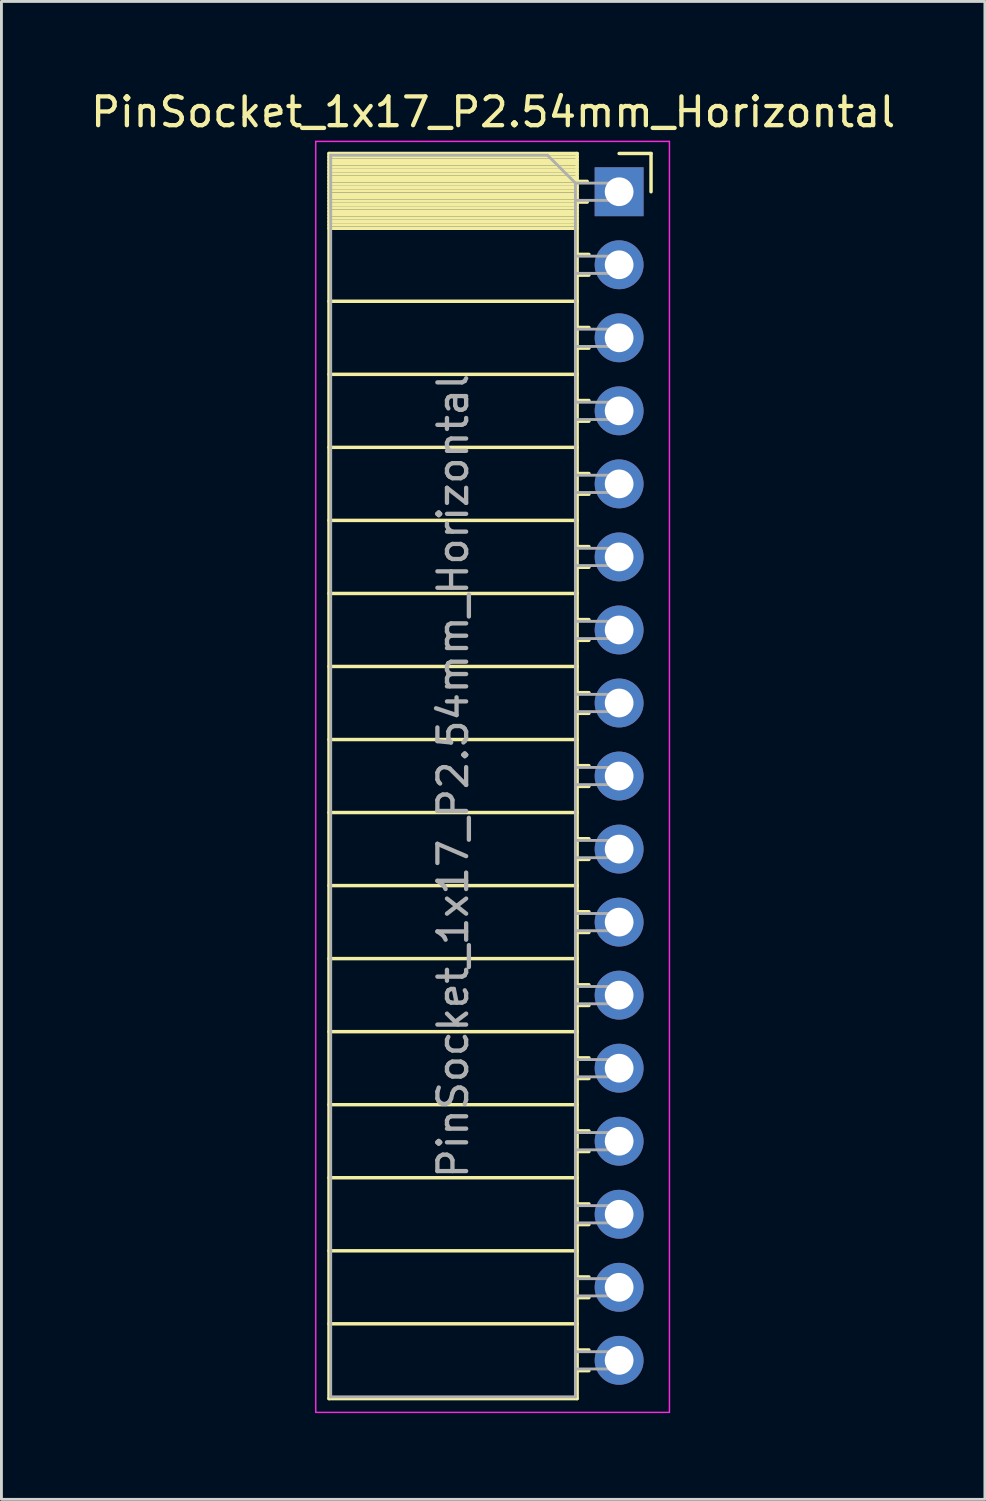
<source format=kicad_pcb>
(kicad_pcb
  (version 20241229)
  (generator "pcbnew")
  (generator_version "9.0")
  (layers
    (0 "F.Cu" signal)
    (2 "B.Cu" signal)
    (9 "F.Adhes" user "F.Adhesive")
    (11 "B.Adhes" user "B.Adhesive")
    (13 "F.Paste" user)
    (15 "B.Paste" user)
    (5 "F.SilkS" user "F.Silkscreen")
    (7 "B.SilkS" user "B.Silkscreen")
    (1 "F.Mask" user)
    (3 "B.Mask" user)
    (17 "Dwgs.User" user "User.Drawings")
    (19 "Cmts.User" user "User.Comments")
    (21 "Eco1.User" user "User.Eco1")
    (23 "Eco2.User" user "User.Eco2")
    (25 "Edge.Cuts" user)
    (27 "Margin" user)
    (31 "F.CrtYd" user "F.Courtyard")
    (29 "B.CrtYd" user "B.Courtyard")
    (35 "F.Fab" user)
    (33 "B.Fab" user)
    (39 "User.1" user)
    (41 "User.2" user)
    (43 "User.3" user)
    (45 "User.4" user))
  (footprint "PinSocket_1x17_P2.54mm_Horizontal"
    (layer "F.Cu")
    (at 18.481 3.618)
    (property "Reference" "PinSocket_1x17_P2.54mm_Horizontal" (at -4.38 -2.77 0) (layer "F.SilkS") (effects (font (size 1 1) (thickness 0.15))))
    (attr through_hole)
    (fp_line (start -10.09 -1.33) (end -10.09 41.97) (stroke (width 0.12) (type solid)) (layer "F.SilkS"))
    (fp_line (start -10.09 -1.33) (end -1.46 -1.33) (stroke (width 0.12) (type solid)) (layer "F.SilkS"))
    (fp_line (start -10.09 -1.21) (end -1.46 -1.21) (stroke (width 0.12) (type solid)) (layer "F.SilkS"))
    (fp_line (start -10.09 -1.092) (end -1.46 -1.092) (stroke (width 0.12) (type solid)) (layer "F.SilkS"))
    (fp_line (start -10.09 -0.974) (end -1.46 -0.974) (stroke (width 0.12) (type solid)) (layer "F.SilkS"))
    (fp_line (start -10.09 -0.856) (end -1.46 -0.856) (stroke (width 0.12) (type solid)) (layer "F.SilkS"))
    (fp_line (start -10.09 -0.738) (end -1.46 -0.738) (stroke (width 0.12) (type solid)) (layer "F.SilkS"))
    (fp_line (start -10.09 -0.62) (end -1.46 -0.62) (stroke (width 0.12) (type solid)) (layer "F.SilkS"))
    (fp_line (start -10.09 -0.501) (end -1.46 -0.501) (stroke (width 0.12) (type solid)) (layer "F.SilkS"))
    (fp_line (start -10.09 -0.383) (end -1.46 -0.383) (stroke (width 0.12) (type solid)) (layer "F.SilkS"))
    (fp_line (start -10.09 -0.265) (end -1.46 -0.265) (stroke (width 0.12) (type solid)) (layer "F.SilkS"))
    (fp_line (start -10.09 -0.147) (end -1.46 -0.147) (stroke (width 0.12) (type solid)) (layer "F.SilkS"))
    (fp_line (start -10.09 -0.029) (end -1.46 -0.029) (stroke (width 0.12) (type solid)) (layer "F.SilkS"))
    (fp_line (start -10.09 0.089) (end -1.46 0.089) (stroke (width 0.12) (type solid)) (layer "F.SilkS"))
    (fp_line (start -10.09 0.207) (end -1.46 0.207) (stroke (width 0.12) (type solid)) (layer "F.SilkS"))
    (fp_line (start -10.09 0.325) (end -1.46 0.325) (stroke (width 0.12) (type solid)) (layer "F.SilkS"))
    (fp_line (start -10.09 0.443) (end -1.46 0.443) (stroke (width 0.12) (type solid)) (layer "F.SilkS"))
    (fp_line (start -10.09 0.561) (end -1.46 0.561) (stroke (width 0.12) (type solid)) (layer "F.SilkS"))
    (fp_line (start -10.09 0.68) (end -1.46 0.68) (stroke (width 0.12) (type solid)) (layer "F.SilkS"))
    (fp_line (start -10.09 0.798) (end -1.46 0.798) (stroke (width 0.12) (type solid)) (layer "F.SilkS"))
    (fp_line (start -10.09 0.916) (end -1.46 0.916) (stroke (width 0.12) (type solid)) (layer "F.SilkS"))
    (fp_line (start -10.09 1.034) (end -1.46 1.034) (stroke (width 0.12) (type solid)) (layer "F.SilkS"))
    (fp_line (start -10.09 1.152) (end -1.46 1.152) (stroke (width 0.12) (type solid)) (layer "F.SilkS"))
    (fp_line (start -10.09 1.27) (end -1.46 1.27) (stroke (width 0.12) (type solid)) (layer "F.SilkS"))
    (fp_line (start -10.09 3.81) (end -1.46 3.81) (stroke (width 0.12) (type solid)) (layer "F.SilkS"))
    (fp_line (start -10.09 6.35) (end -1.46 6.35) (stroke (width 0.12) (type solid)) (layer "F.SilkS"))
    (fp_line (start -10.09 8.89) (end -1.46 8.89) (stroke (width 0.12) (type solid)) (layer "F.SilkS"))
    (fp_line (start -10.09 11.43) (end -1.46 11.43) (stroke (width 0.12) (type solid)) (layer "F.SilkS"))
    (fp_line (start -10.09 13.97) (end -1.46 13.97) (stroke (width 0.12) (type solid)) (layer "F.SilkS"))
    (fp_line (start -10.09 16.51) (end -1.46 16.51) (stroke (width 0.12) (type solid)) (layer "F.SilkS"))
    (fp_line (start -10.09 19.05) (end -1.46 19.05) (stroke (width 0.12) (type solid)) (layer "F.SilkS"))
    (fp_line (start -10.09 21.59) (end -1.46 21.59) (stroke (width 0.12) (type solid)) (layer "F.SilkS"))
    (fp_line (start -10.09 24.13) (end -1.46 24.13) (stroke (width 0.12) (type solid)) (layer "F.SilkS"))
    (fp_line (start -10.09 26.67) (end -1.46 26.67) (stroke (width 0.12) (type solid)) (layer "F.SilkS"))
    (fp_line (start -10.09 29.21) (end -1.46 29.21) (stroke (width 0.12) (type solid)) (layer "F.SilkS"))
    (fp_line (start -10.09 31.75) (end -1.46 31.75) (stroke (width 0.12) (type solid)) (layer "F.SilkS"))
    (fp_line (start -10.09 34.29) (end -1.46 34.29) (stroke (width 0.12) (type solid)) (layer "F.SilkS"))
    (fp_line (start -10.09 36.83) (end -1.46 36.83) (stroke (width 0.12) (type solid)) (layer "F.SilkS"))
    (fp_line (start -10.09 39.37) (end -1.46 39.37) (stroke (width 0.12) (type solid)) (layer "F.SilkS"))
    (fp_line (start -10.09 41.97) (end -1.46 41.97) (stroke (width 0.12) (type solid)) (layer "F.SilkS"))
    (fp_line (start -1.46 -1.33) (end -1.46 41.97) (stroke (width 0.12) (type solid)) (layer "F.SilkS"))
    (fp_line (start -1.46 -0.36) (end -1.11 -0.36) (stroke (width 0.12) (type solid)) (layer "F.SilkS"))
    (fp_line (start -1.46 0.36) (end -1.11 0.36) (stroke (width 0.12) (type solid)) (layer "F.SilkS"))
    (fp_line (start -1.46 2.18) (end -1.05 2.18) (stroke (width 0.12) (type solid)) (layer "F.SilkS"))
    (fp_line (start -1.46 2.9) (end -1.05 2.9) (stroke (width 0.12) (type solid)) (layer "F.SilkS"))
    (fp_line (start -1.46 4.72) (end -1.05 4.72) (stroke (width 0.12) (type solid)) (layer "F.SilkS"))
    (fp_line (start -1.46 5.44) (end -1.05 5.44) (stroke (width 0.12) (type solid)) (layer "F.SilkS"))
    (fp_line (start -1.46 7.26) (end -1.05 7.26) (stroke (width 0.12) (type solid)) (layer "F.SilkS"))
    (fp_line (start -1.46 7.98) (end -1.05 7.98) (stroke (width 0.12) (type solid)) (layer "F.SilkS"))
    (fp_line (start -1.46 9.8) (end -1.05 9.8) (stroke (width 0.12) (type solid)) (layer "F.SilkS"))
    (fp_line (start -1.46 10.52) (end -1.05 10.52) (stroke (width 0.12) (type solid)) (layer "F.SilkS"))
    (fp_line (start -1.46 12.34) (end -1.05 12.34) (stroke (width 0.12) (type solid)) (layer "F.SilkS"))
    (fp_line (start -1.46 13.06) (end -1.05 13.06) (stroke (width 0.12) (type solid)) (layer "F.SilkS"))
    (fp_line (start -1.46 14.88) (end -1.05 14.88) (stroke (width 0.12) (type solid)) (layer "F.SilkS"))
    (fp_line (start -1.46 15.6) (end -1.05 15.6) (stroke (width 0.12) (type solid)) (layer "F.SilkS"))
    (fp_line (start -1.46 17.42) (end -1.05 17.42) (stroke (width 0.12) (type solid)) (layer "F.SilkS"))
    (fp_line (start -1.46 18.14) (end -1.05 18.14) (stroke (width 0.12) (type solid)) (layer "F.SilkS"))
    (fp_line (start -1.46 19.96) (end -1.05 19.96) (stroke (width 0.12) (type solid)) (layer "F.SilkS"))
    (fp_line (start -1.46 20.68) (end -1.05 20.68) (stroke (width 0.12) (type solid)) (layer "F.SilkS"))
    (fp_line (start -1.46 22.5) (end -1.05 22.5) (stroke (width 0.12) (type solid)) (layer "F.SilkS"))
    (fp_line (start -1.46 23.22) (end -1.05 23.22) (stroke (width 0.12) (type solid)) (layer "F.SilkS"))
    (fp_line (start -1.46 25.04) (end -1.05 25.04) (stroke (width 0.12) (type solid)) (layer "F.SilkS"))
    (fp_line (start -1.46 25.76) (end -1.05 25.76) (stroke (width 0.12) (type solid)) (layer "F.SilkS"))
    (fp_line (start -1.46 27.58) (end -1.05 27.58) (stroke (width 0.12) (type solid)) (layer "F.SilkS"))
    (fp_line (start -1.46 28.3) (end -1.05 28.3) (stroke (width 0.12) (type solid)) (layer "F.SilkS"))
    (fp_line (start -1.46 30.12) (end -1.05 30.12) (stroke (width 0.12) (type solid)) (layer "F.SilkS"))
    (fp_line (start -1.46 30.84) (end -1.05 30.84) (stroke (width 0.12) (type solid)) (layer "F.SilkS"))
    (fp_line (start -1.46 32.66) (end -1.05 32.66) (stroke (width 0.12) (type solid)) (layer "F.SilkS"))
    (fp_line (start -1.46 33.38) (end -1.05 33.38) (stroke (width 0.12) (type solid)) (layer "F.SilkS"))
    (fp_line (start -1.46 35.2) (end -1.05 35.2) (stroke (width 0.12) (type solid)) (layer "F.SilkS"))
    (fp_line (start -1.46 35.92) (end -1.05 35.92) (stroke (width 0.12) (type solid)) (layer "F.SilkS"))
    (fp_line (start -1.46 37.74) (end -1.05 37.74) (stroke (width 0.12) (type solid)) (layer "F.SilkS"))
    (fp_line (start -1.46 38.46) (end -1.05 38.46) (stroke (width 0.12) (type solid)) (layer "F.SilkS"))
    (fp_line (start -1.46 40.28) (end -1.05 40.28) (stroke (width 0.12) (type solid)) (layer "F.SilkS"))
    (fp_line (start -1.46 41) (end -1.05 41) (stroke (width 0.12) (type solid)) (layer "F.SilkS"))
    (fp_line (start 0 -1.33) (end 1.11 -1.33) (stroke (width 0.12) (type solid)) (layer "F.SilkS"))
    (fp_line (start 1.11 -1.33) (end 1.11 0) (stroke (width 0.12) (type solid)) (layer "F.SilkS"))
    (fp_line (start -10.55 -1.75) (end -10.55 42.45) (stroke (width 0.05) (type solid)) (layer "F.CrtYd"))
    (fp_line (start -10.55 42.45) (end 1.75 42.45) (stroke (width 0.05) (type solid)) (layer "F.CrtYd"))
    (fp_line (start 1.75 -1.75) (end -10.55 -1.75) (stroke (width 0.05) (type solid)) (layer "F.CrtYd"))
    (fp_line (start 1.75 42.45) (end 1.75 -1.75) (stroke (width 0.05) (type solid)) (layer "F.CrtYd"))
    (fp_line (start -10.03 -1.27) (end -2.49 -1.27) (stroke (width 0.1) (type solid)) (layer "F.Fab"))
    (fp_line (start -10.03 41.91) (end -10.03 -1.27) (stroke (width 0.1) (type solid)) (layer "F.Fab"))
    (fp_line (start -2.49 -1.27) (end -1.52 -0.3) (stroke (width 0.1) (type solid)) (layer "F.Fab"))
    (fp_line (start -1.52 -0.3) (end -1.52 41.91) (stroke (width 0.1) (type solid)) (layer "F.Fab"))
    (fp_line (start -1.52 0.3) (end 0 0.3) (stroke (width 0.1) (type solid)) (layer "F.Fab"))
    (fp_line (start -1.52 2.84) (end 0 2.84) (stroke (width 0.1) (type solid)) (layer "F.Fab"))
    (fp_line (start -1.52 5.38) (end 0 5.38) (stroke (width 0.1) (type solid)) (layer "F.Fab"))
    (fp_line (start -1.52 7.92) (end 0 7.92) (stroke (width 0.1) (type solid)) (layer "F.Fab"))
    (fp_line (start -1.52 10.46) (end 0 10.46) (stroke (width 0.1) (type solid)) (layer "F.Fab"))
    (fp_line (start -1.52 13) (end 0 13) (stroke (width 0.1) (type solid)) (layer "F.Fab"))
    (fp_line (start -1.52 15.54) (end 0 15.54) (stroke (width 0.1) (type solid)) (layer "F.Fab"))
    (fp_line (start -1.52 18.08) (end 0 18.08) (stroke (width 0.1) (type solid)) (layer "F.Fab"))
    (fp_line (start -1.52 20.62) (end 0 20.62) (stroke (width 0.1) (type solid)) (layer "F.Fab"))
    (fp_line (start -1.52 23.16) (end 0 23.16) (stroke (width 0.1) (type solid)) (layer "F.Fab"))
    (fp_line (start -1.52 25.7) (end 0 25.7) (stroke (width 0.1) (type solid)) (layer "F.Fab"))
    (fp_line (start -1.52 28.24) (end 0 28.24) (stroke (width 0.1) (type solid)) (layer "F.Fab"))
    (fp_line (start -1.52 30.78) (end 0 30.78) (stroke (width 0.1) (type solid)) (layer "F.Fab"))
    (fp_line (start -1.52 33.32) (end 0 33.32) (stroke (width 0.1) (type solid)) (layer "F.Fab"))
    (fp_line (start -1.52 35.86) (end 0 35.86) (stroke (width 0.1) (type solid)) (layer "F.Fab"))
    (fp_line (start -1.52 38.4) (end 0 38.4) (stroke (width 0.1) (type solid)) (layer "F.Fab"))
    (fp_line (start -1.52 40.94) (end 0 40.94) (stroke (width 0.1) (type solid)) (layer "F.Fab"))
    (fp_line (start -1.52 41.91) (end -10.03 41.91) (stroke (width 0.1) (type solid)) (layer "F.Fab"))
    (fp_line (start 0 -0.3) (end -1.52 -0.3) (stroke (width 0.1) (type solid)) (layer "F.Fab"))
    (fp_line (start 0 0.3) (end 0 -0.3) (stroke (width 0.1) (type solid)) (layer "F.Fab"))
    (fp_line (start 0 2.24) (end -1.52 2.24) (stroke (width 0.1) (type solid)) (layer "F.Fab"))
    (fp_line (start 0 2.84) (end 0 2.24) (stroke (width 0.1) (type solid)) (layer "F.Fab"))
    (fp_line (start 0 4.78) (end -1.52 4.78) (stroke (width 0.1) (type solid)) (layer "F.Fab"))
    (fp_line (start 0 5.38) (end 0 4.78) (stroke (width 0.1) (type solid)) (layer "F.Fab"))
    (fp_line (start 0 7.32) (end -1.52 7.32) (stroke (width 0.1) (type solid)) (layer "F.Fab"))
    (fp_line (start 0 7.92) (end 0 7.32) (stroke (width 0.1) (type solid)) (layer "F.Fab"))
    (fp_line (start 0 9.86) (end -1.52 9.86) (stroke (width 0.1) (type solid)) (layer "F.Fab"))
    (fp_line (start 0 10.46) (end 0 9.86) (stroke (width 0.1) (type solid)) (layer "F.Fab"))
    (fp_line (start 0 12.4) (end -1.52 12.4) (stroke (width 0.1) (type solid)) (layer "F.Fab"))
    (fp_line (start 0 13) (end 0 12.4) (stroke (width 0.1) (type solid)) (layer "F.Fab"))
    (fp_line (start 0 14.94) (end -1.52 14.94) (stroke (width 0.1) (type solid)) (layer "F.Fab"))
    (fp_line (start 0 15.54) (end 0 14.94) (stroke (width 0.1) (type solid)) (layer "F.Fab"))
    (fp_line (start 0 17.48) (end -1.52 17.48) (stroke (width 0.1) (type solid)) (layer "F.Fab"))
    (fp_line (start 0 18.08) (end 0 17.48) (stroke (width 0.1) (type solid)) (layer "F.Fab"))
    (fp_line (start 0 20.02) (end -1.52 20.02) (stroke (width 0.1) (type solid)) (layer "F.Fab"))
    (fp_line (start 0 20.62) (end 0 20.02) (stroke (width 0.1) (type solid)) (layer "F.Fab"))
    (fp_line (start 0 22.56) (end -1.52 22.56) (stroke (width 0.1) (type solid)) (layer "F.Fab"))
    (fp_line (start 0 23.16) (end 0 22.56) (stroke (width 0.1) (type solid)) (layer "F.Fab"))
    (fp_line (start 0 25.1) (end -1.52 25.1) (stroke (width 0.1) (type solid)) (layer "F.Fab"))
    (fp_line (start 0 25.7) (end 0 25.1) (stroke (width 0.1) (type solid)) (layer "F.Fab"))
    (fp_line (start 0 27.64) (end -1.52 27.64) (stroke (width 0.1) (type solid)) (layer "F.Fab"))
    (fp_line (start 0 28.24) (end 0 27.64) (stroke (width 0.1) (type solid)) (layer "F.Fab"))
    (fp_line (start 0 30.18) (end -1.52 30.18) (stroke (width 0.1) (type solid)) (layer "F.Fab"))
    (fp_line (start 0 30.78) (end 0 30.18) (stroke (width 0.1) (type solid)) (layer "F.Fab"))
    (fp_line (start 0 32.72) (end -1.52 32.72) (stroke (width 0.1) (type solid)) (layer "F.Fab"))
    (fp_line (start 0 33.32) (end 0 32.72) (stroke (width 0.1) (type solid)) (layer "F.Fab"))
    (fp_line (start 0 35.26) (end -1.52 35.26) (stroke (width 0.1) (type solid)) (layer "F.Fab"))
    (fp_line (start 0 35.86) (end 0 35.26) (stroke (width 0.1) (type solid)) (layer "F.Fab"))
    (fp_line (start 0 37.8) (end -1.52 37.8) (stroke (width 0.1) (type solid)) (layer "F.Fab"))
    (fp_line (start 0 38.4) (end 0 37.8) (stroke (width 0.1) (type solid)) (layer "F.Fab"))
    (fp_line (start 0 40.34) (end -1.52 40.34) (stroke (width 0.1) (type solid)) (layer "F.Fab"))
    (fp_line (start 0 40.94) (end 0 40.34) (stroke (width 0.1) (type solid)) (layer "F.Fab"))
    (fp_text user "${REFERENCE}" (at -5.775 20.32 90) (layer "F.Fab") (effects (font (size 1 1) (thickness 0.15))))
    (pad "1" thru_hole rect (at 0 0) (size 1.7 1.7) (drill 1) (layers "*.Cu" "*.Mask"))
    (pad "2" thru_hole oval (at 0 2.54) (size 1.7 1.7) (drill 1) (layers "*.Cu" "*.Mask"))
    (pad "3" thru_hole oval (at 0 5.08) (size 1.7 1.7) (drill 1) (layers "*.Cu" "*.Mask"))
    (pad "4" thru_hole oval (at 0 7.62) (size 1.7 1.7) (drill 1) (layers "*.Cu" "*.Mask"))
    (pad "5" thru_hole oval (at 0 10.16) (size 1.7 1.7) (drill 1) (layers "*.Cu" "*.Mask"))
    (pad "6" thru_hole oval (at 0 12.7) (size 1.7 1.7) (drill 1) (layers "*.Cu" "*.Mask"))
    (pad "7" thru_hole oval (at 0 15.24) (size 1.7 1.7) (drill 1) (layers "*.Cu" "*.Mask"))
    (pad "8" thru_hole oval (at 0 17.78) (size 1.7 1.7) (drill 1) (layers "*.Cu" "*.Mask"))
    (pad "9" thru_hole oval (at 0 20.32) (size 1.7 1.7) (drill 1) (layers "*.Cu" "*.Mask"))
    (pad "10" thru_hole oval (at 0 22.86) (size 1.7 1.7) (drill 1) (layers "*.Cu" "*.Mask"))
    (pad "11" thru_hole oval (at 0 25.4) (size 1.7 1.7) (drill 1) (layers "*.Cu" "*.Mask"))
    (pad "12" thru_hole oval (at 0 27.94) (size 1.7 1.7) (drill 1) (layers "*.Cu" "*.Mask"))
    (pad "13" thru_hole oval (at 0 30.48) (size 1.7 1.7) (drill 1) (layers "*.Cu" "*.Mask"))
    (pad "14" thru_hole oval (at 0 33.02) (size 1.7 1.7) (drill 1) (layers "*.Cu" "*.Mask"))
    (pad "15" thru_hole oval (at 0 35.56) (size 1.7 1.7) (drill 1) (layers "*.Cu" "*.Mask"))
    (pad "16" thru_hole oval (at 0 38.1) (size 1.7 1.7) (drill 1) (layers "*.Cu" "*.Mask"))
    (pad "17" thru_hole oval (at 0 40.64) (size 1.7 1.7) (drill 1) (layers "*.Cu" "*.Mask")))
  (gr_rect
    (start -3 -3)
    (end 31.202 49.093)
    (stroke (width 0.1) (type default))
    (fill no)
    (layer "Edge.Cuts")))
</source>
